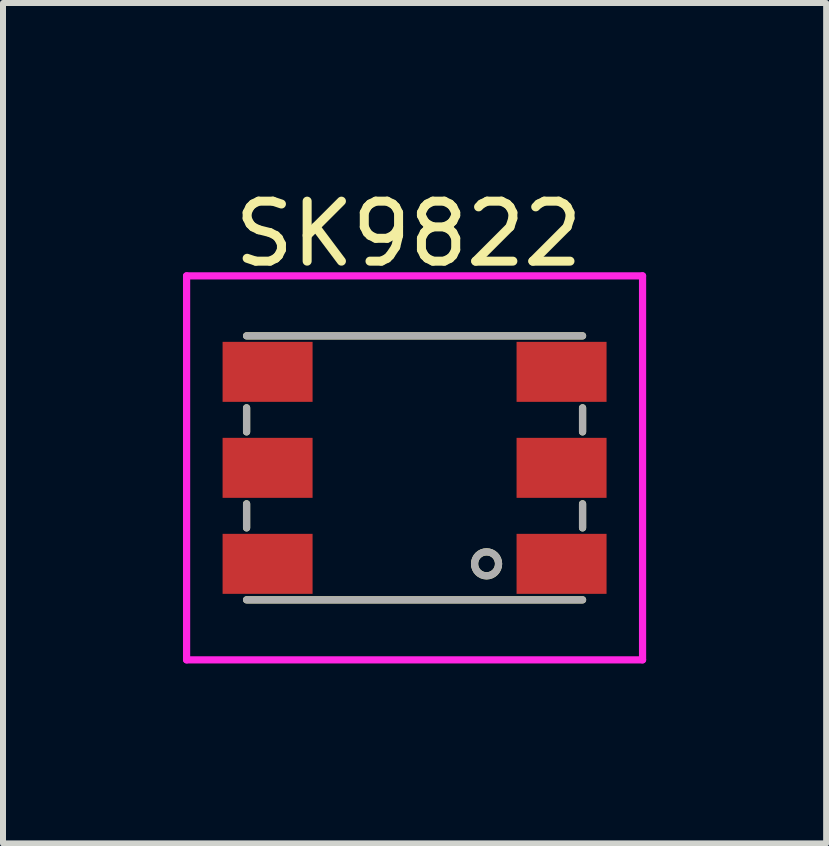
<source format=kicad_pcb>
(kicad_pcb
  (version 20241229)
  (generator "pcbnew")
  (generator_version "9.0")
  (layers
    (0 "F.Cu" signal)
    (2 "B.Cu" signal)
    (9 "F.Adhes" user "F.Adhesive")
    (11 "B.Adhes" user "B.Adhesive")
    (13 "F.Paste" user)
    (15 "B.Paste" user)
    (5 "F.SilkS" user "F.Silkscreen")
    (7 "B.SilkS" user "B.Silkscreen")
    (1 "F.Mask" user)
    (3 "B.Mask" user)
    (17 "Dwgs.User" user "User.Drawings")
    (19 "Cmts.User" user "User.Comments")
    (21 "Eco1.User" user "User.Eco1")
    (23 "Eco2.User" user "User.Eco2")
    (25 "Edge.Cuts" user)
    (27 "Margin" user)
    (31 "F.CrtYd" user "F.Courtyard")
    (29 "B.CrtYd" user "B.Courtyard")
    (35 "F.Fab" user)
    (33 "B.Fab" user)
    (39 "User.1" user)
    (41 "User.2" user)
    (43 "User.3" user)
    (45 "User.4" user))
  (footprint "SK9822"
    (layer "F.Cu")
    (at 3.86 4.748)
    (property "Reference" "SK9822" (at -0.1 -3.9 0) (layer "F.SilkS") (effects (font (size 1 1) (thickness 0.15))))
    (attr through_hole)
    (fp_line (start -2.8 -0.6) (end -2.8 -1) (stroke (width 0.12) (type solid)) (layer "F.SilkS"))
    (fp_line (start -2.8 1) (end -2.8 0.6) (stroke (width 0.12) (type solid)) (layer "F.SilkS"))
    (fp_line (start -2.8 2.2) (end 2.8 2.2) (stroke (width 0.12) (type solid)) (layer "F.SilkS"))
    (fp_line (start 2.8 -2.2) (end -2.8 -2.2) (stroke (width 0.12) (type solid)) (layer "F.SilkS"))
    (fp_line (start 2.8 -1) (end 2.8 -0.6) (stroke (width 0.12) (type solid)) (layer "F.SilkS"))
    (fp_line (start 2.8 0.6) (end 2.8 1) (stroke (width 0.12) (type solid)) (layer "F.SilkS"))
    (fp_circle (center 1.2 1.6) (end 1.4 1.6) (stroke (width 0.12) (type solid)) (fill no) (layer "F.SilkS"))
    (fp_line (start -3.8 -3.2) (end -3.8 3.2) (stroke (width 0.12) (type solid)) (layer "F.CrtYd"))
    (fp_line (start -3.8 3.2) (end 3.8 3.2) (stroke (width 0.12) (type solid)) (layer "F.CrtYd"))
    (fp_line (start 3.8 -3.2) (end -3.8 -3.2) (stroke (width 0.12) (type solid)) (layer "F.CrtYd"))
    (fp_line (start 3.8 3.2) (end 3.8 -3.2) (stroke (width 0.12) (type solid)) (layer "F.CrtYd"))
    (fp_line (start -2.8 -1) (end -2.8 -0.6) (stroke (width 0.12) (type solid)) (layer "F.Fab"))
    (fp_line (start -2.8 0.6) (end -2.8 1) (stroke (width 0.12) (type solid)) (layer "F.Fab"))
    (fp_line (start -2.8 2.2) (end 2.8 2.2) (stroke (width 0.12) (type solid)) (layer "F.Fab"))
    (fp_line (start 2.8 -2.2) (end -2.8 -2.2) (stroke (width 0.12) (type solid)) (layer "F.Fab"))
    (fp_line (start 2.8 -1) (end 2.8 -0.6) (stroke (width 0.12) (type solid)) (layer "F.Fab"))
    (fp_line (start 2.8 0.6) (end 2.8 1) (stroke (width 0.12) (type solid)) (layer "F.Fab"))
    (fp_circle (center 1.2 1.6) (end 1.4 1.6) (stroke (width 0.12) (type solid)) (fill no) (layer "F.Fab"))
    (pad "1" smd rect (at 2.45 1.6) (size 1.5 1) (layers "F.Cu" "F.Mask" "F.Paste"))
    (pad "2" smd rect (at 2.45 0) (size 1.5 1) (layers "F.Cu" "F.Mask" "F.Paste"))
    (pad "3" smd rect (at 2.45 -1.6) (size 1.5 1) (layers "F.Cu" "F.Mask" "F.Paste"))
    (pad "4" smd rect (at -2.45 -1.6) (size 1.5 1) (layers "F.Cu" "F.Mask" "F.Paste"))
    (pad "5" smd rect (at -2.45 0) (size 1.5 1) (layers "F.Cu" "F.Mask" "F.Paste"))
    (pad "6" smd rect (at -2.45 1.6) (size 1.5 1) (layers "F.Cu" "F.Mask" "F.Paste")))
  (gr_rect
    (start -3 -3)
    (end 10.72 11.008)
    (stroke (width 0.1) (type default))
    (fill no)
    (layer "Edge.Cuts")))
</source>
